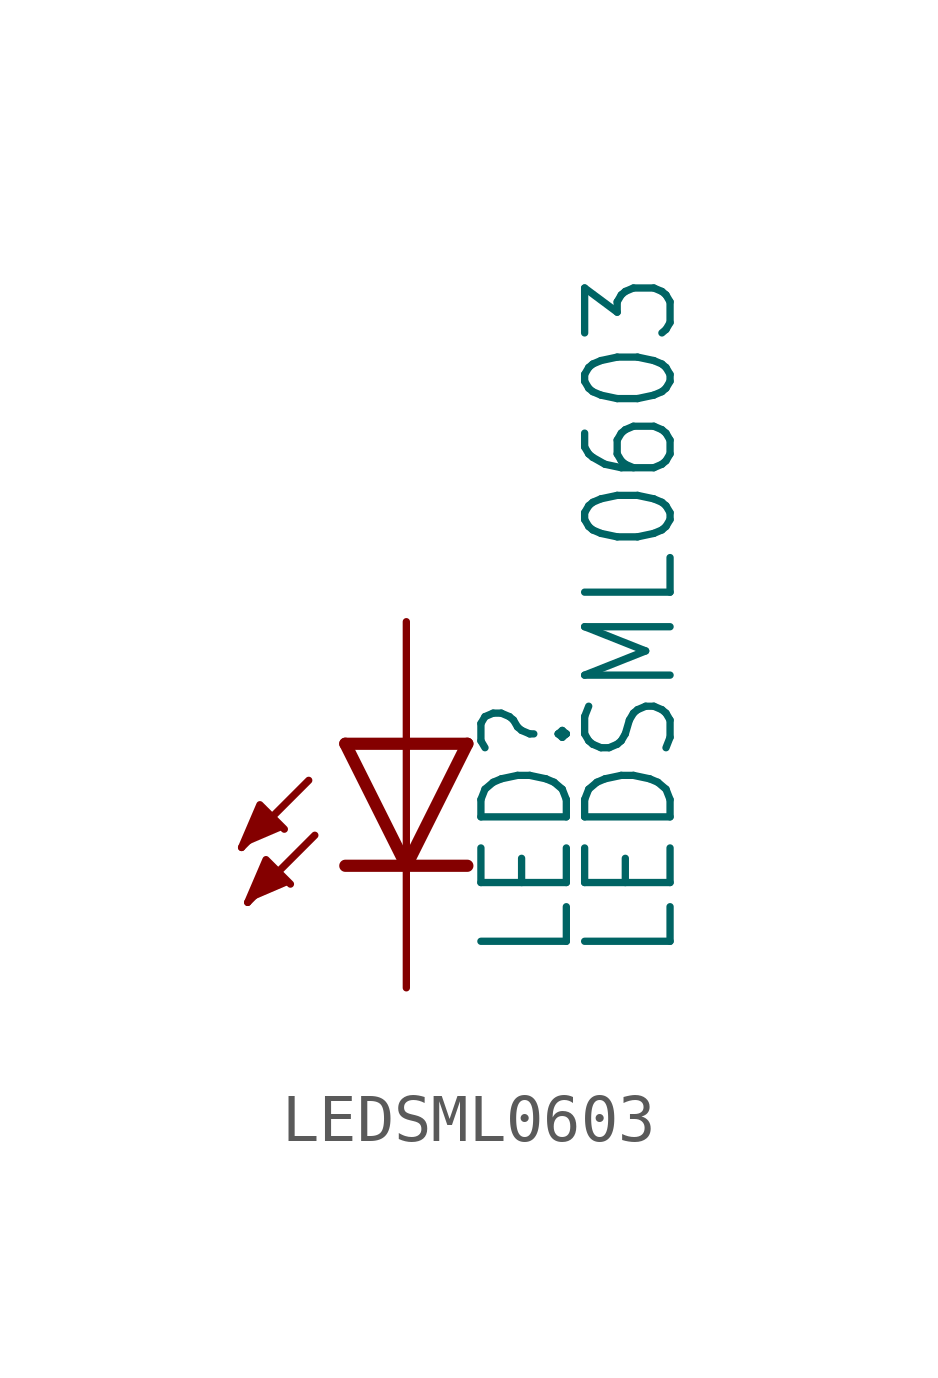
<source format=kicad_sym>
(kicad_symbol_lib
  (version 20211014)
  (generator kicad_symbol_editor)
  (symbol "LEDSML0603"
    (property "Reference" "LED"
      (at 3.556 -4.572 90)
      (effects (font (size 1.778 1.511)) (justify left bottom)))
    (property "Value" "LEDSML0603"
      (at 5.715 -4.572 90)
      (effects (font (size 1.778 1.511)) (justify left bottom)))
    (property "ki_locked" ""
      (at 0 0 0)
      (effects (font (size 1.27 1.27))))
    (symbol "LEDSML0603_1_0"
      (polyline (pts (xy -2.032 -0.762) (xy -3.429 -2.159)) (stroke (width 0.152) (type default) (color 0 0 0 0)) (fill (type none)))
      (polyline (pts (xy -1.905 -1.905) (xy -3.302 -3.302)) (stroke (width 0.152) (type default) (color 0 0 0 0)) (fill (type none)))
      (polyline (pts (xy 0 -2.54) (xy -1.27 -2.54)) (stroke (width 0.254) (type default) (color 0 0 0 0)) (fill (type none)))
      (polyline (pts (xy 0 -2.54) (xy -1.27 0)) (stroke (width 0.254) (type default) (color 0 0 0 0)) (fill (type none)))
      (polyline (pts (xy 0 0) (xy -1.27 0)) (stroke (width 0.254) (type default) (color 0 0 0 0)) (fill (type none)))
      (polyline (pts (xy 0 0) (xy 0 -2.54)) (stroke (width 0.152) (type default) (color 0 0 0 0)) (fill (type none)))
      (polyline (pts (xy 1.27 -2.54) (xy 0 -2.54)) (stroke (width 0.254) (type default) (color 0 0 0 0)) (fill (type none)))
      (polyline (pts (xy 1.27 0) (xy 0 -2.54)) (stroke (width 0.254) (type default) (color 0 0 0 0)) (fill (type none)))
      (polyline (pts (xy 1.27 0) (xy 0 0)) (stroke (width 0.254) (type default) (color 0 0 0 0)) (fill (type none)))
      (polyline (pts (xy -3.429 -2.159) (xy -3.048 -1.27) (xy -2.54 -1.778)) (stroke (width 0) (type default) (color 0 0 0 0)) (fill (type outline)))
      (polyline (pts (xy -3.302 -3.302) (xy -2.921 -2.413) (xy -2.413 -2.921)) (stroke (width 0) (type default) (color 0 0 0 0)) (fill (type outline)))
      (pin passive line (at 0 2.54 270) (length 2.54) (name "A" (effects (font (size 0 0)))) (number "A" (effects (font (size 0 0)))))
      (pin passive line (at 0 -5.08 90) (length 2.54) (name "C" (effects (font (size 0 0)))) (number "C" (effects (font (size 0 0))))))))
</source>
